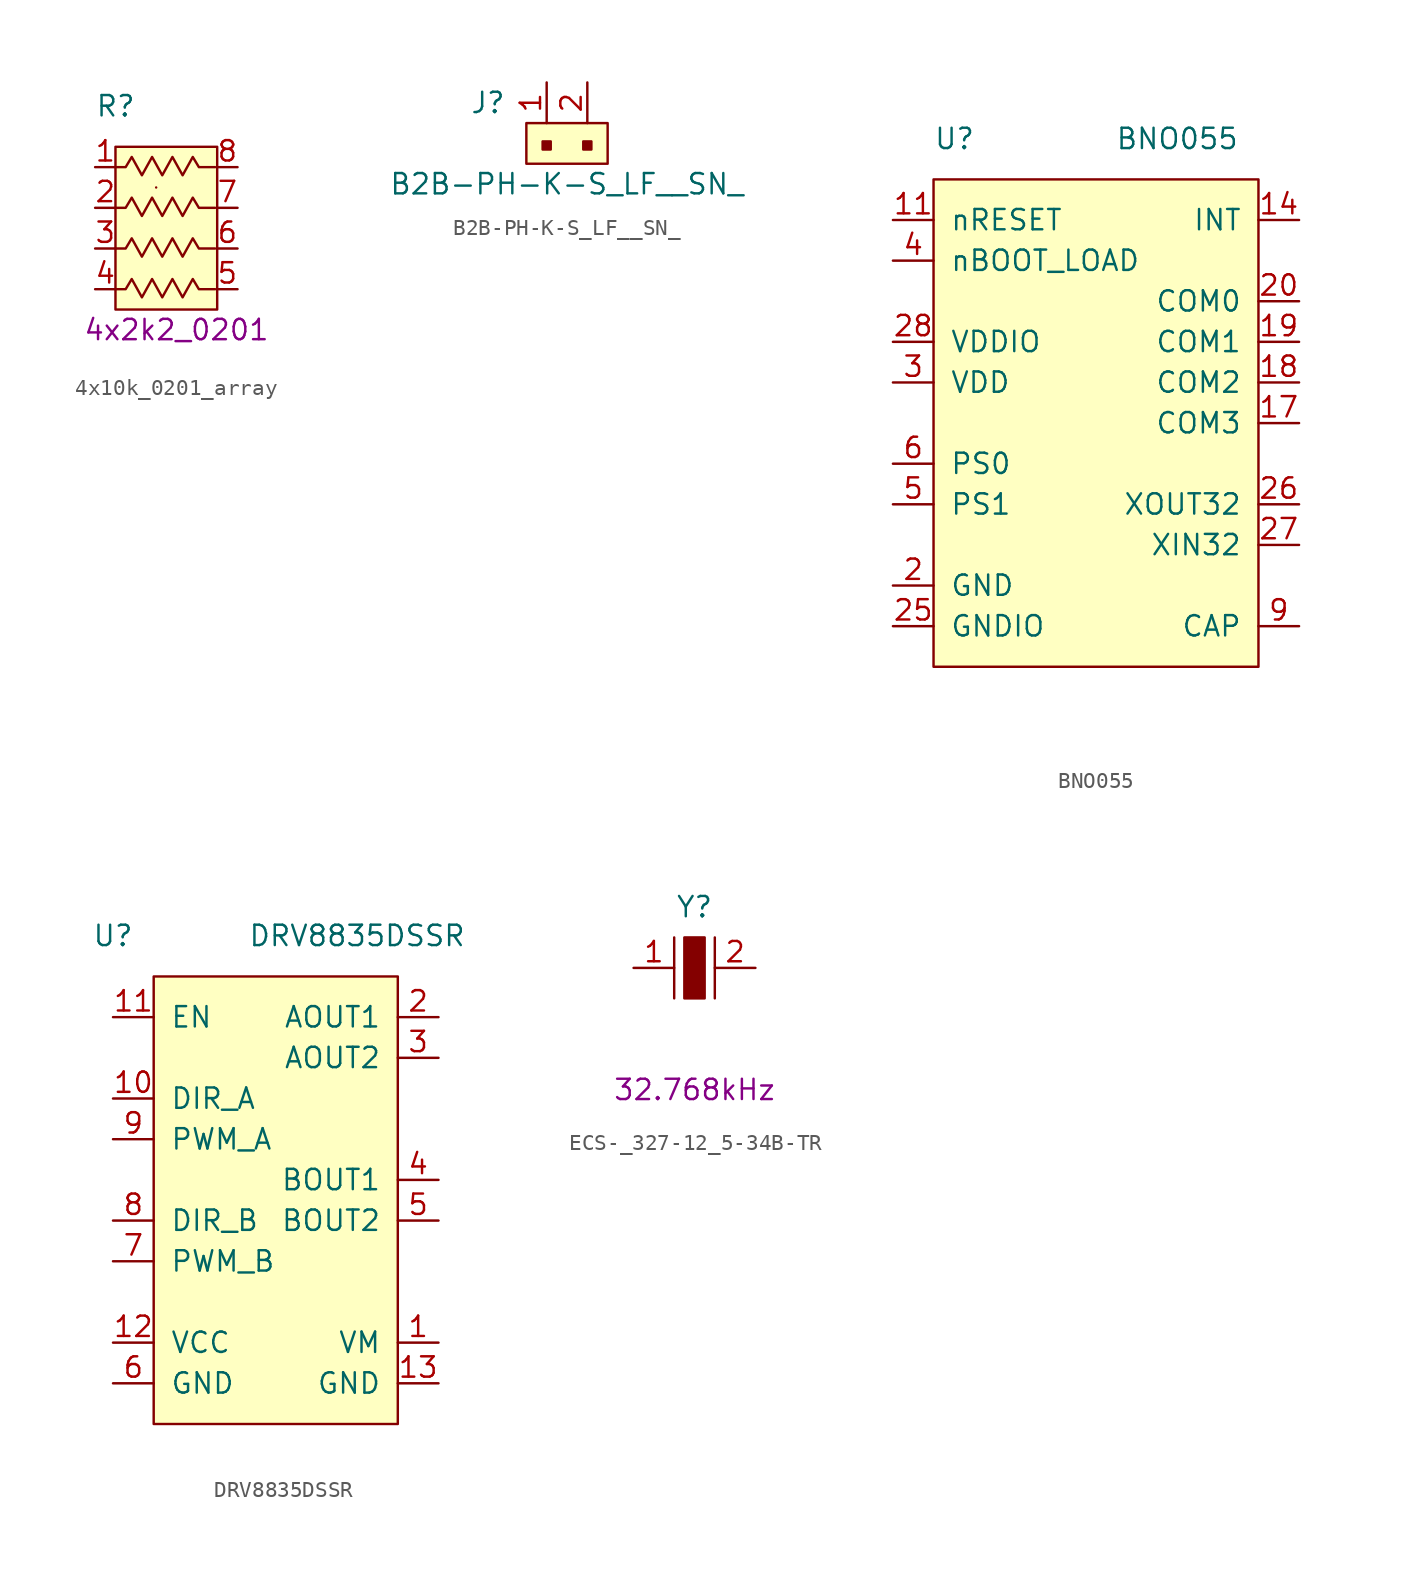
<source format=kicad_sym>
(kicad_symbol_lib
  (version 20211014)
  (generator kicad_symbol_editor)
  (symbol "4x10k_0201_array"
    (pin_names
      (offset 1.016))
    (property "Reference" "R"
      (at -5.08 13.97 0)
      (effects (font (size 1.27 1.27)) (justify left)))
    (property "Val" "4x2k2_0201"
      (at 0 0 0)
      (effects (font (size 1.27 1.27))))
    (symbol "4x10k_0201_array_0_1"
      (rectangle (start -3.81 11.43) (end 2.54 1.27) (stroke (width 0) (type default) (color 0 0 0 0)) (fill (type background)))
      (rectangle (start -1.27 8.89) (end -1.27 8.89) (stroke (width 0) (type default) (color 0 0 0 0)) (fill (type none)))
      (polyline (pts (xy -3.81 7.62) (xy -3.175 7.62) (xy -2.794 8.255) (xy -2.159 7.112) (xy -1.524 8.255) (xy -0.889 7.112) (xy -0.254 8.255) (xy 0.381 7.112) (xy 1.016 8.255) (xy 1.397 7.62) (xy 2.413 7.62)) (stroke (width 0) (type default) (color 0 0 0 0)) (fill (type none))))
    (symbol "4x10k_0201_array_1_1"
      (polyline (pts (xy -3.81 2.54) (xy -3.175 2.54) (xy -2.794 3.175) (xy -2.159 2.032) (xy -1.524 3.175) (xy -0.889 2.032) (xy -0.254 3.175) (xy 0.381 2.032) (xy 1.016 3.175) (xy 1.397 2.54) (xy 2.413 2.54)) (stroke (width 0) (type default) (color 0 0 0 0)) (fill (type none)))
      (polyline (pts (xy -3.81 5.08) (xy -3.175 5.08) (xy -2.794 5.715) (xy -2.159 4.572) (xy -1.524 5.715) (xy -0.889 4.572) (xy -0.254 5.715) (xy 0.381 4.572) (xy 1.016 5.715) (xy 1.397 5.08) (xy 2.413 5.08)) (stroke (width 0) (type default) (color 0 0 0 0)) (fill (type none)))
      (polyline (pts (xy -3.81 10.16) (xy -3.175 10.16) (xy -2.794 10.795) (xy -2.159 9.652) (xy -1.524 10.795) (xy -0.889 9.652) (xy -0.254 10.795) (xy 0.381 9.652) (xy 1.016 10.795) (xy 1.397 10.16) (xy 2.413 10.16)) (stroke (width 0) (type default) (color 0 0 0 0)) (fill (type none)))
      (pin passive line (at -5.08 10.16 0) (length 1.27) (name "~" (effects (font (size 1.27 1.27)))) (number "1" (effects (font (size 1.27 1.27)))))
      (pin passive line (at -5.08 7.62 0) (length 1.27) (name "~" (effects (font (size 1.27 1.27)))) (number "2" (effects (font (size 1.27 1.27)))))
      (pin passive line (at -5.08 5.08 0) (length 1.27) (name "~" (effects (font (size 1.27 1.27)))) (number "3" (effects (font (size 1.27 1.27)))))
      (pin passive line (at -5.08 2.54 0) (length 1.27) (name "~" (effects (font (size 1.27 1.27)))) (number "4" (effects (font (size 1.27 1.27)))))
      (pin passive line (at 3.81 2.54 180) (length 1.27) (name "~" (effects (font (size 1.27 1.27)))) (number "5" (effects (font (size 1.27 1.27)))))
      (pin passive line (at 3.81 5.08 180) (length 1.27) (name "~" (effects (font (size 1.27 1.27)))) (number "6" (effects (font (size 1.27 1.27)))))
      (pin passive line (at 3.81 7.62 180) (length 1.27) (name "~" (effects (font (size 1.27 1.27)))) (number "7" (effects (font (size 1.27 1.27)))))
      (pin passive line (at 3.81 10.16 180) (length 1.27) (name "~" (effects (font (size 1.27 1.27)))) (number "8" (effects (font (size 1.27 1.27)))))))
  (symbol "B2B-PH-K-S_LF__SN_"
    (pin_names
      (offset 1.016))
    (property "Reference" "J"
      (at -2.54 1.27 0)
      (effects (font (size 1.27 1.27)) (justify right)))
    (property "Value" "B2B-PH-K-S_LF__SN_"
      (at 1.27 -3.81 0)
      (effects (font (size 1.27 1.27))))
    (symbol "B2B-PH-K-S_LF__SN__1_1"
      (rectangle (start -1.27 0) (end 3.81 -2.54) (stroke (width 0) (type default) (color 0 0 0 0)) (fill (type background)))
      (rectangle (start -0.254 -1.143) (end 0.254 -1.651) (stroke (width 0) (type default) (color 0 0 0 0)) (fill (type outline)))
      (rectangle (start 2.286 -1.143) (end 2.794 -1.651) (stroke (width 0) (type default) (color 0 0 0 0)) (fill (type outline)))
      (pin passive line (at 0 2.54 270) (length 2.54) (name "~" (effects (font (size 1.27 1.27)))) (number "1" (effects (font (size 1.27 1.27)))))
      (pin passive line (at 2.54 2.54 270) (length 2.54) (name "~" (effects (font (size 1.27 1.27)))) (number "2" (effects (font (size 1.27 1.27)))))))
  (symbol "BNO055"
    (pin_names
      (offset 1.016))
    (property "Reference" "U"
      (at -10.16 17.78 0)
      (effects (font (size 1.27 1.27)) (justify left)))
    (property "Value" "BNO055"
      (at 5.08 17.78 0)
      (effects (font (size 1.27 1.27))))
    (symbol "BNO055_0_1"
      (rectangle (start -10.16 15.24) (end 10.16 -15.24) (stroke (width 0) (type default) (color 0 0 0 0)) (fill (type background))))
    (symbol "BNO055_1_1"
      (pin no_connect line (at -10.16 7.62 0) (length 2.54) hide (name "PIN1" (effects (font (size 1.27 1.27)))) (number "1" (effects (font (size 1.27 1.27)))))
      (pin passive line (at -12.7 -12.7 0) (length 2.54) hide (name "PIN10" (effects (font (size 1.27 1.27)))) (number "10" (effects (font (size 1.27 1.27)))))
      (pin input line (at -12.7 12.7 0) (length 2.54) (name "nRESET" (effects (font (size 1.27 1.27)))) (number "11" (effects (font (size 1.27 1.27)))))
      (pin no_connect line (at 10.16 10.16 180) (length 2.54) hide (name "PIN12" (effects (font (size 1.27 1.27)))) (number "12" (effects (font (size 1.27 1.27)))))
      (pin no_connect line (at 10.16 -2.54 180) (length 2.54) hide (name "PIN13" (effects (font (size 1.27 1.27)))) (number "13" (effects (font (size 1.27 1.27)))))
      (pin output line (at 12.7 12.7 180) (length 2.54) (name "INT" (effects (font (size 1.27 1.27)))) (number "14" (effects (font (size 1.27 1.27)))))
      (pin passive line (at -12.7 -12.7 0) (length 2.54) hide (name "PIN15" (effects (font (size 1.27 1.27)))) (number "15" (effects (font (size 1.27 1.27)))))
      (pin passive line (at -12.7 -12.7 0) (length 2.54) hide (name "PIN16" (effects (font (size 1.27 1.27)))) (number "16" (effects (font (size 1.27 1.27)))))
      (pin input line (at 12.7 0 180) (length 2.54) (name "COM3" (effects (font (size 1.27 1.27)))) (number "17" (effects (font (size 1.27 1.27)))) (alternate "I2C_A0" input line))
      (pin input line (at 12.7 2.54 180) (length 2.54) (name "COM2" (effects (font (size 1.27 1.27)))) (number "18" (effects (font (size 1.27 1.27)))))
      (pin input line (at 12.7 5.08 180) (length 2.54) (name "COM1" (effects (font (size 1.27 1.27)))) (number "19" (effects (font (size 1.27 1.27)))) (alternate "SCL" input line) (alternate "TX" input line))
      (pin power_in line (at -12.7 -10.16 0) (length 2.54) (name "GND" (effects (font (size 1.27 1.27)))) (number "2" (effects (font (size 1.27 1.27)))))
      (pin input line (at 12.7 7.62 180) (length 2.54) (name "COM0" (effects (font (size 1.27 1.27)))) (number "20" (effects (font (size 1.27 1.27)))) (alternate "SDA" bidirectional line) (alternate "TX" output line))
      (pin no_connect line (at -10.16 -7.62 0) (length 2.54) hide (name "PIN21" (effects (font (size 1.27 1.27)))) (number "21" (effects (font (size 1.27 1.27)))))
      (pin no_connect line (at 2.54 -15.24 270) (length 2.54) hide (name "PIN22" (effects (font (size 1.27 1.27)))) (number "22" (effects (font (size 1.27 1.27)))))
      (pin no_connect line (at 0 -15.24 270) (length 2.54) hide (name "PIN23" (effects (font (size 1.27 1.27)))) (number "23" (effects (font (size 1.27 1.27)))))
      (pin no_connect line (at -2.54 -15.24 270) (length 2.54) hide (name "PIN24" (effects (font (size 1.27 1.27)))) (number "24" (effects (font (size 1.27 1.27)))))
      (pin power_in line (at -12.7 -12.7 0) (length 2.54) (name "GNDIO" (effects (font (size 1.27 1.27)))) (number "25" (effects (font (size 1.27 1.27)))))
      (pin output line (at 12.7 -5.08 180) (length 2.54) (name "XOUT32" (effects (font (size 1.27 1.27)))) (number "26" (effects (font (size 1.27 1.27)))))
      (pin input line (at 12.7 -7.62 180) (length 2.54) (name "XIN32" (effects (font (size 1.27 1.27)))) (number "27" (effects (font (size 1.27 1.27)))))
      (pin power_in line (at -12.7 5.08 0) (length 2.54) (name "VDDIO" (effects (font (size 1.27 1.27)))) (number "28" (effects (font (size 1.27 1.27)))))
      (pin power_in line (at -12.7 2.54 0) (length 2.54) (name "VDD" (effects (font (size 1.27 1.27)))) (number "3" (effects (font (size 1.27 1.27)))))
      (pin input line (at -12.7 10.16 0) (length 2.54) (name "nBOOT_LOAD" (effects (font (size 1.27 1.27)))) (number "4" (effects (font (size 1.27 1.27)))))
      (pin input line (at -12.7 -5.08 0) (length 2.54) (name "PS1" (effects (font (size 1.27 1.27)))) (number "5" (effects (font (size 1.27 1.27)))))
      (pin input line (at -12.7 -2.54 0) (length 2.54) (name "PS0" (effects (font (size 1.27 1.27)))) (number "6" (effects (font (size 1.27 1.27)))))
      (pin no_connect line (at -10.16 0 0) (length 2.54) hide (name "PIN7" (effects (font (size 1.27 1.27)))) (number "7" (effects (font (size 1.27 1.27)))))
      (pin no_connect line (at 10.16 -10.16 180) (length 2.54) hide (name "PIN8" (effects (font (size 1.27 1.27)))) (number "8" (effects (font (size 1.27 1.27)))))
      (pin passive line (at 12.7 -12.7 180) (length 2.54) (name "CAP" (effects (font (size 1.27 1.27)))) (number "9" (effects (font (size 1.27 1.27)))))))
  (symbol "DRV8835DSSR"
    (pin_names
      (offset 1.016))
    (property "Reference" "U"
      (at -10.16 20.32 0)
      (effects (font (size 1.27 1.27))))
    (property "Value" "DRV8835DSSR"
      (at 5.08 20.32 0)
      (effects (font (size 1.27 1.27))))
    (symbol "DRV8835DSSR_0_1"
      (rectangle (start -7.62 17.78) (end 7.62 -10.16) (stroke (width 0) (type default) (color 0 0 0 0)) (fill (type background))))
    (symbol "DRV8835DSSR_1_1"
      (pin passive line (at 10.16 -5.08 180) (length 2.54) (name "VM" (effects (font (size 1.27 1.27)))) (number "1" (effects (font (size 1.27 1.27)))))
      (pin input line (at -10.16 10.16 0) (length 2.54) (name "DIR_A" (effects (font (size 1.27 1.27)))) (number "10" (effects (font (size 1.27 1.27)))))
      (pin input line (at -10.16 15.24 0) (length 2.54) (name "EN" (effects (font (size 1.27 1.27)))) (number "11" (effects (font (size 1.27 1.27)))))
      (pin passive line (at -10.16 -5.08 0) (length 2.54) (name "VCC" (effects (font (size 1.27 1.27)))) (number "12" (effects (font (size 1.27 1.27)))))
      (pin passive line (at 10.16 -7.62 180) (length 2.54) (name "GND" (effects (font (size 1.27 1.27)))) (number "13" (effects (font (size 1.27 1.27)))))
      (pin passive line (at 10.16 15.24 180) (length 2.54) (name "AOUT1" (effects (font (size 1.27 1.27)))) (number "2" (effects (font (size 1.27 1.27)))))
      (pin passive line (at 10.16 12.7 180) (length 2.54) (name "AOUT2" (effects (font (size 1.27 1.27)))) (number "3" (effects (font (size 1.27 1.27)))))
      (pin passive line (at 10.16 5.08 180) (length 2.54) (name "BOUT1" (effects (font (size 1.27 1.27)))) (number "4" (effects (font (size 1.27 1.27)))))
      (pin passive line (at 10.16 2.54 180) (length 2.54) (name "BOUT2" (effects (font (size 1.27 1.27)))) (number "5" (effects (font (size 1.27 1.27)))))
      (pin passive line (at -10.16 -7.62 0) (length 2.54) (name "GND" (effects (font (size 1.27 1.27)))) (number "6" (effects (font (size 1.27 1.27)))))
      (pin input line (at -10.16 0 0) (length 2.54) (name "PWM_B" (effects (font (size 1.27 1.27)))) (number "7" (effects (font (size 1.27 1.27)))))
      (pin input line (at -10.16 2.54 0) (length 2.54) (name "DIR_B" (effects (font (size 1.27 1.27)))) (number "8" (effects (font (size 1.27 1.27)))))
      (pin input line (at -10.16 7.62 0) (length 2.54) (name "PWM_A" (effects (font (size 1.27 1.27)))) (number "9" (effects (font (size 1.27 1.27)))))))
  (symbol "ECS-_327-12_5-34B-TR"
    (pin_names
      (offset 1.016))
    (property "Reference" "Y"
      (at 0 3.81 0)
      (effects (font (size 1.27 1.27))))
    (property "VAL" "32.768kHz"
      (at 0 -7.62 0)
      (effects (font (size 1.27 1.27))))
    (symbol "ECS-_327-12_5-34B-TR_1_1"
      (rectangle (start -0.635 1.905) (end 0.635 -1.905) (stroke (width 0) (type default) (color 0 0 0 0)) (fill (type outline)))
      (polyline (pts (xy -1.27 1.905) (xy -1.27 -1.905)) (stroke (width 0) (type default) (color 0 0 0 0)) (fill (type none)))
      (polyline (pts (xy 1.27 1.905) (xy 1.27 -1.905)) (stroke (width 0) (type default) (color 0 0 0 0)) (fill (type none)))
      (pin bidirectional line (at -3.81 0 0) (length 2.54) (name "~" (effects (font (size 1.27 1.27)))) (number "1" (effects (font (size 1.27 1.27)))))
      (pin bidirectional line (at 3.81 0 180) (length 2.54) (name "~" (effects (font (size 1.27 1.27)))) (number "2" (effects (font (size 1.27 1.27))))))))
</source>
